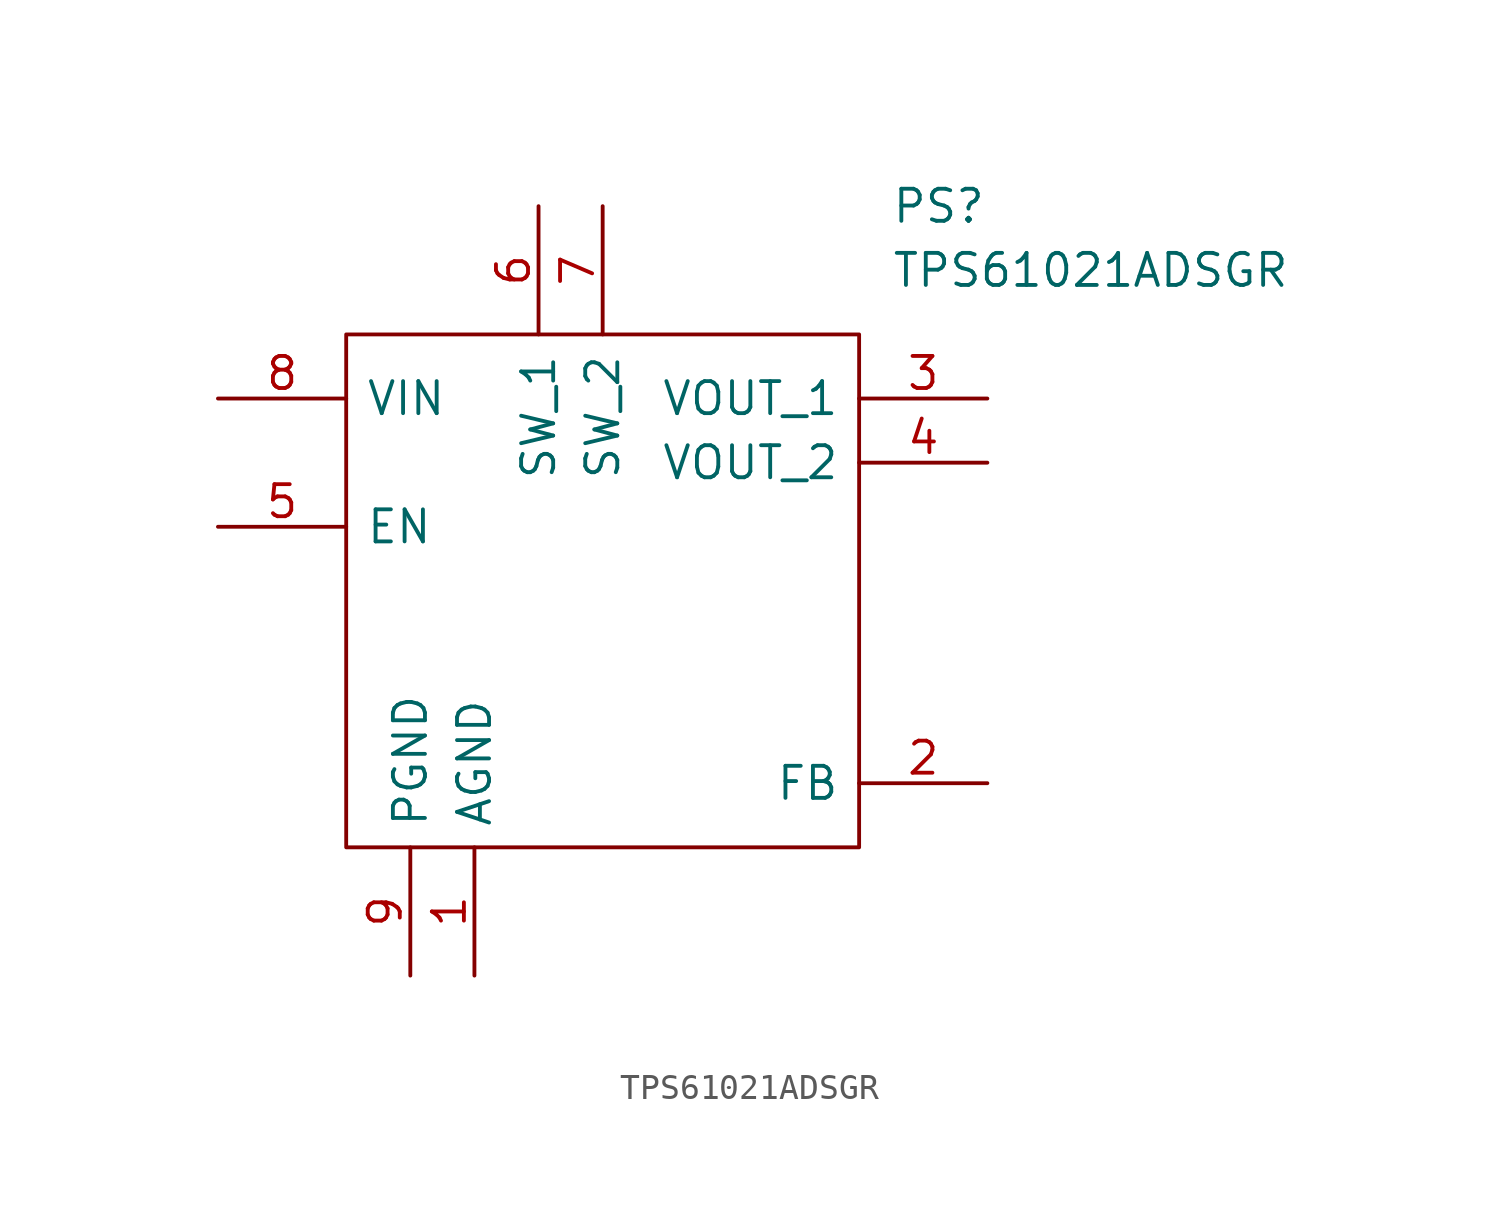
<source format=kicad_sym>
(kicad_symbol_lib
  (version 20211014)
  (generator kicad_symbol_editor)
  (symbol "TPS61021ADSGR"
    (pin_names
      (offset 0.762))
    (property "Reference" "PS"
      (at 26.67 7.62 0)
      (effects (font (size 1.27 1.27)) (justify left)))
    (property "Value" "TPS61021ADSGR"
      (at 26.67 5.08 0)
      (effects (font (size 1.27 1.27)) (justify left)))
    (symbol "TPS61021ADSGR_0_0"
      (pin power_in line (at 10.16 -22.86 90) (length 5.08) (name "AGND" (effects (font (size 1.27 1.27)))) (number "1" (effects (font (size 1.27 1.27)))))
      (pin input line (at 30.48 -15.24 180) (length 5.08) (name "FB" (effects (font (size 1.27 1.27)))) (number "2" (effects (font (size 1.27 1.27)))))
      (pin power_in line (at 30.48 0 180) (length 5.08) (name "VOUT_1" (effects (font (size 1.27 1.27)))) (number "3" (effects (font (size 1.27 1.27)))))
      (pin power_in line (at 30.48 -2.54 180) (length 5.08) (name "VOUT_2" (effects (font (size 1.27 1.27)))) (number "4" (effects (font (size 1.27 1.27)))))
      (pin input line (at 0 -5.08 0) (length 5.08) (name "EN" (effects (font (size 1.27 1.27)))) (number "5" (effects (font (size 1.27 1.27)))))
      (pin power_in line (at 12.7 7.62 270) (length 5.08) (name "SW_1" (effects (font (size 1.27 1.27)))) (number "6" (effects (font (size 1.27 1.27)))))
      (pin power_in line (at 15.24 7.62 270) (length 5.08) (name "SW_2" (effects (font (size 1.27 1.27)))) (number "7" (effects (font (size 1.27 1.27)))))
      (pin input line (at 0 0 0) (length 5.08) (name "VIN" (effects (font (size 1.27 1.27)))) (number "8" (effects (font (size 1.27 1.27)))))
      (pin power_in line (at 7.62 -22.86 90) (length 5.08) (name "PGND" (effects (font (size 1.27 1.27)))) (number "9" (effects (font (size 1.27 1.27))))))
    (symbol "TPS61021ADSGR_0_1"
      (polyline (pts (xy 5.08 2.54) (xy 25.4 2.54) (xy 25.4 -17.78) (xy 5.08 -17.78) (xy 5.08 2.54)) (stroke (width 0.152) (type default) (color 0 0 0 0)) (fill (type none))))))
</source>
